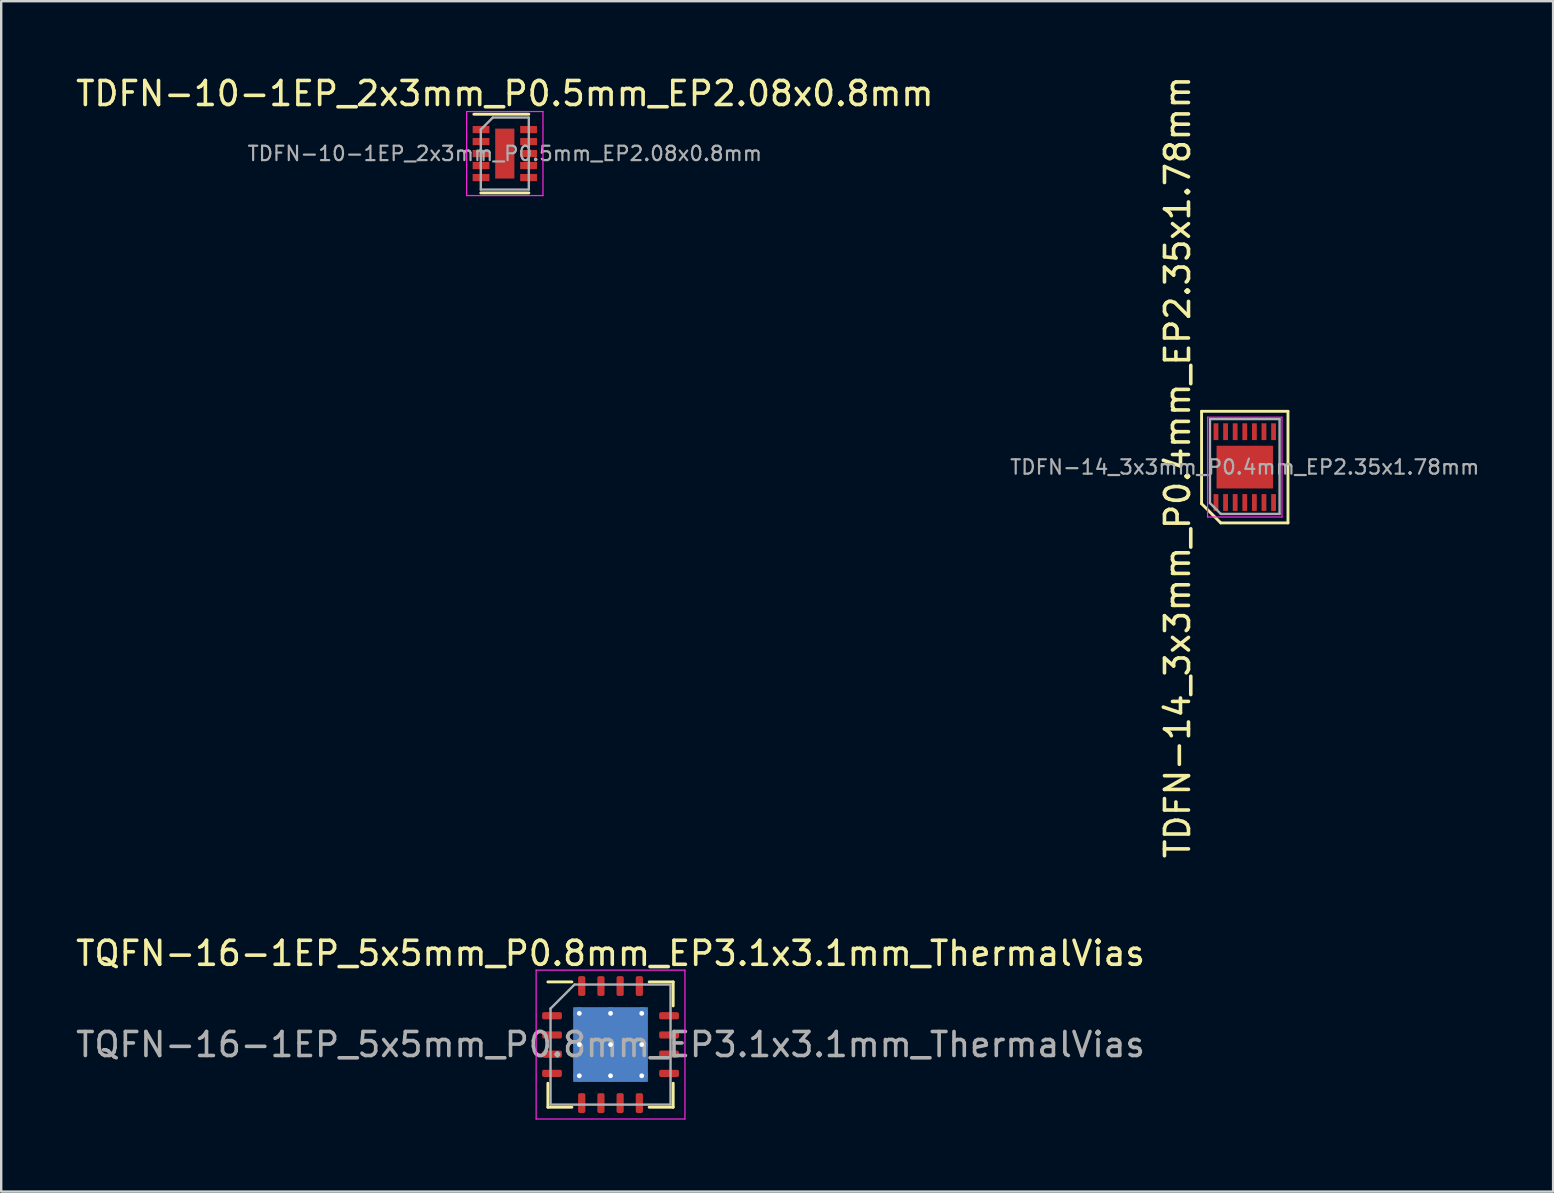
<source format=kicad_pcb>
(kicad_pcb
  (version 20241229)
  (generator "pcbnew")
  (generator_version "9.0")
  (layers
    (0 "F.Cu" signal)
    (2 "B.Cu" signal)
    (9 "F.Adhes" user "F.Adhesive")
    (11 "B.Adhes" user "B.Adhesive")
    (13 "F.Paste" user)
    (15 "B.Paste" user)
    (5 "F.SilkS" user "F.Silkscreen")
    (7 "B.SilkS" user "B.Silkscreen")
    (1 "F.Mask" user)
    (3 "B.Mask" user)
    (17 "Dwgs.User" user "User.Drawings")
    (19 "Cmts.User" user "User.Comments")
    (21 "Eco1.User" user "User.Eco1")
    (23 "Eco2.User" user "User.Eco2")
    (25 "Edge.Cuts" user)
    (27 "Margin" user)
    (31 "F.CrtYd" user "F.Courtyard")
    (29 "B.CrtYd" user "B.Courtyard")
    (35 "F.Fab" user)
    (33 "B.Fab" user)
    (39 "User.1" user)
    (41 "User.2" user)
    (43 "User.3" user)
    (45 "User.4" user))
  (footprint "TDFN-14_3x3mm_P0.4mm_EP2.35x1.78mm"
    (layer "F.Cu")
    (at 48.811 16.411)
    (property "Reference" "TDFN-14_3x3mm_P0.4mm_EP2.35x1.78mm" (at -2.8 0 90) (layer "F.SilkS") (effects (font (size 1 1) (thickness 0.15))))
    (attr smd)
    (fp_line (start -1.8 -2.325) (end 1.8 -2.325) (stroke (width 0.12) (type solid)) (layer "F.SilkS"))
    (fp_line (start -1.8 1.525) (end -1.8 -2.325) (stroke (width 0.12) (type solid)) (layer "F.SilkS"))
    (fp_line (start -1 2.325) (end -1.8 1.525) (stroke (width 0.12) (type solid)) (layer "F.SilkS"))
    (fp_line (start 1.8 -2.325) (end 1.8 2.325) (stroke (width 0.12) (type solid)) (layer "F.SilkS"))
    (fp_line (start 1.8 2.325) (end -1 2.325) (stroke (width 0.12) (type solid)) (layer "F.SilkS"))
    (fp_line (start -1.55 -2.08) (end 1.55 -2.08) (stroke (width 0.05) (type solid)) (layer "F.CrtYd"))
    (fp_line (start -1.55 2.08) (end -1.55 -2.08) (stroke (width 0.05) (type solid)) (layer "F.CrtYd"))
    (fp_line (start 1.55 -2.08) (end 1.55 2.08) (stroke (width 0.05) (type solid)) (layer "F.CrtYd"))
    (fp_line (start 1.55 2.08) (end -1.55 2.08) (stroke (width 0.05) (type solid)) (layer "F.CrtYd"))
    (fp_line (start -1.45 -2) (end 1.45 -2) (stroke (width 0.1) (type solid)) (layer "F.Fab"))
    (fp_line (start -1.45 1.5) (end -1.45 -2) (stroke (width 0.1) (type solid)) (layer "F.Fab"))
    (fp_line (start -1 1.95) (end -1.45 1.5) (stroke (width 0.1) (type solid)) (layer "F.Fab"))
    (fp_line (start 1.45 -2) (end 1.45 1.95) (stroke (width 0.1) (type solid)) (layer "F.Fab"))
    (fp_line (start 1.45 1.95) (end -1 1.95) (stroke (width 0.1) (type solid)) (layer "F.Fab"))
    (fp_text user "${REFERENCE}" (at 0 0 0) (layer "F.Fab") (effects (font (size 0.6 0.6) (thickness 0.09))))
    (pad "" smd rect (at 0 0) (size 2.35 1.78) (layers "F.Cu" "F.Mask" "F.Paste"))
    (pad "1" smd rect (at -1.2 1.475) (size 0.2 0.7) (layers "F.Cu" "F.Mask" "F.Paste"))
    (pad "2" smd rect (at -0.8 1.475) (size 0.2 0.7) (layers "F.Cu" "F.Mask" "F.Paste"))
    (pad "3" smd rect (at -0.4 1.475) (size 0.2 0.7) (layers "F.Cu" "F.Mask" "F.Paste"))
    (pad "4" smd rect (at 0 1.475) (size 0.2 0.7) (layers "F.Cu" "F.Mask" "F.Paste"))
    (pad "5" smd rect (at 0.4 1.475) (size 0.2 0.7) (layers "F.Cu" "F.Mask" "F.Paste"))
    (pad "6" smd rect (at 0.8 1.475) (size 0.2 0.7) (layers "F.Cu" "F.Mask" "F.Paste"))
    (pad "7" smd rect (at 1.2 1.475) (size 0.2 0.7) (layers "F.Cu" "F.Mask" "F.Paste"))
    (pad "8" smd rect (at 1.2 -1.475) (size 0.2 0.7) (layers "F.Cu" "F.Mask" "F.Paste"))
    (pad "9" smd rect (at 0.8 -1.475) (size 0.2 0.7) (layers "F.Cu" "F.Mask" "F.Paste"))
    (pad "10" smd rect (at 0.4 -1.475) (size 0.2 0.7) (layers "F.Cu" "F.Mask" "F.Paste"))
    (pad "11" smd rect (at 0 -1.475) (size 0.2 0.7) (layers "F.Cu" "F.Mask" "F.Paste"))
    (pad "12" smd rect (at -0.4 -1.475) (size 0.2 0.7) (layers "F.Cu" "F.Mask" "F.Paste"))
    (pad "13" smd rect (at -0.8 -1.475) (size 0.2 0.7) (layers "F.Cu" "F.Mask" "F.Paste"))
    (pad "14" smd rect (at -1.2 -1.475) (size 0.2 0.7) (layers "F.Cu" "F.Mask" "F.Paste")))
  (footprint "TDFN-10-1EP_2x3mm_P0.5mm_EP2.08x0.8mm"
    (layer "F.Cu")
    (at 17.982 3.348)
    (property "Reference" "TDFN-10-1EP_2x3mm_P0.5mm_EP2.08x0.8mm" (at 0 -2.5 0) (layer "F.SilkS") (effects (font (size 1 1) (thickness 0.15))))
    (attr smd)
    (fp_line (start -1.29 -1.64) (end 1 -1.64) (stroke (width 0.12) (type solid)) (layer "F.SilkS"))
    (fp_line (start -1 1.64) (end 1 1.64) (stroke (width 0.12) (type solid)) (layer "F.SilkS"))
    (fp_line (start -1.59 -1.75) (end -1.59 1.75) (stroke (width 0.05) (type solid)) (layer "F.CrtYd"))
    (fp_line (start -1.59 1.75) (end 1.59 1.75) (stroke (width 0.05) (type solid)) (layer "F.CrtYd"))
    (fp_line (start 1.59 -1.75) (end -1.59 -1.75) (stroke (width 0.05) (type solid)) (layer "F.CrtYd"))
    (fp_line (start 1.59 1.75) (end 1.59 -1.75) (stroke (width 0.05) (type solid)) (layer "F.CrtYd"))
    (fp_line (start -1 -1) (end -1 1.5) (stroke (width 0.1) (type solid)) (layer "F.Fab"))
    (fp_line (start -1 1.5) (end 1 1.5) (stroke (width 0.1) (type solid)) (layer "F.Fab"))
    (fp_line (start -0.5 -1.5) (end -1 -1) (stroke (width 0.1) (type solid)) (layer "F.Fab"))
    (fp_line (start 1 -1.5) (end -0.5 -1.5) (stroke (width 0.1) (type solid)) (layer "F.Fab"))
    (fp_line (start 1 1.5) (end 1 -1.5) (stroke (width 0.1) (type solid)) (layer "F.Fab"))
    (fp_text user "${REFERENCE}" (at 0 0 0) (layer "F.Fab") (effects (font (size 0.6 0.6) (thickness 0.09))))
    (pad "" smd rect (at 0 -0.5) (size 0.7 0.65) (layers "F.Paste"))
    (pad "" smd rect (at 0 0.5) (size 0.7 0.65) (layers "F.Paste"))
    (pad "1" smd rect (at -0.99 -1) (size 0.7 0.3) (layers "F.Cu" "F.Mask" "F.Paste"))
    (pad "2" smd rect (at -0.99 -0.5) (size 0.7 0.3) (layers "F.Cu" "F.Mask" "F.Paste"))
    (pad "3" smd rect (at -0.99 0) (size 0.7 0.3) (layers "F.Cu" "F.Mask" "F.Paste"))
    (pad "4" smd rect (at -0.99 0.5) (size 0.7 0.3) (layers "F.Cu" "F.Mask" "F.Paste"))
    (pad "5" smd rect (at -0.99 1) (size 0.7 0.3) (layers "F.Cu" "F.Mask" "F.Paste"))
    (pad "6" smd rect (at 0.99 1) (size 0.7 0.3) (layers "F.Cu" "F.Mask" "F.Paste"))
    (pad "7" smd rect (at 0.99 0.5) (size 0.7 0.3) (layers "F.Cu" "F.Mask" "F.Paste"))
    (pad "8" smd rect (at 0.99 0) (size 0.7 0.3) (layers "F.Cu" "F.Mask" "F.Paste"))
    (pad "9" smd rect (at 0.99 -0.5) (size 0.7 0.3) (layers "F.Cu" "F.Mask" "F.Paste"))
    (pad "10" smd rect (at 0.99 -1) (size 0.7 0.3) (layers "F.Cu" "F.Mask" "F.Paste"))
    (pad "11" smd rect (at 0 0) (size 0.8 2.08) (layers "F.Cu" "F.Mask" "F.Paste")))
  (footprint "TQFN-16-1EP_5x5mm_P0.8mm_EP3.1x3.1mm_ThermalVias"
    (layer "F.Cu")
    (at 22.387 40.47)
    (property "Reference" "TQFN-16-1EP_5x5mm_P0.8mm_EP3.1x3.1mm_ThermalVias" (at 0 -3.8 0) (layer "F.SilkS") (effects (font (size 1 1) (thickness 0.15))))
    (attr smd)
    (fp_line (start -2.61 2.61) (end -2.61 1.61) (stroke (width 0.12) (type solid)) (layer "F.SilkS"))
    (fp_line (start -1.61 -2.61) (end -2.61 -2.61) (stroke (width 0.12) (type solid)) (layer "F.SilkS"))
    (fp_line (start -1.61 2.61) (end -2.61 2.61) (stroke (width 0.12) (type solid)) (layer "F.SilkS"))
    (fp_line (start 1.61 -2.61) (end 2.61 -2.61) (stroke (width 0.12) (type solid)) (layer "F.SilkS"))
    (fp_line (start 1.61 2.61) (end 2.61 2.61) (stroke (width 0.12) (type solid)) (layer "F.SilkS"))
    (fp_line (start 2.61 -2.61) (end 2.61 -1.61) (stroke (width 0.12) (type solid)) (layer "F.SilkS"))
    (fp_line (start 2.61 2.61) (end 2.61 1.61) (stroke (width 0.12) (type solid)) (layer "F.SilkS"))
    (fp_line (start -3.1 -3.1) (end -3.1 3.1) (stroke (width 0.05) (type solid)) (layer "F.CrtYd"))
    (fp_line (start -3.1 3.1) (end 3.1 3.1) (stroke (width 0.05) (type solid)) (layer "F.CrtYd"))
    (fp_line (start 3.1 -3.1) (end -3.1 -3.1) (stroke (width 0.05) (type solid)) (layer "F.CrtYd"))
    (fp_line (start 3.1 3.1) (end 3.1 -3.1) (stroke (width 0.05) (type solid)) (layer "F.CrtYd"))
    (fp_line (start -2.5 -1.5) (end -1.5 -2.5) (stroke (width 0.1) (type solid)) (layer "F.Fab"))
    (fp_line (start -2.5 2.5) (end -2.5 -1.5) (stroke (width 0.1) (type solid)) (layer "F.Fab"))
    (fp_line (start -1.5 -2.5) (end 2.5 -2.5) (stroke (width 0.1) (type solid)) (layer "F.Fab"))
    (fp_line (start 2.5 -2.5) (end 2.5 2.5) (stroke (width 0.1) (type solid)) (layer "F.Fab"))
    (fp_line (start 2.5 2.5) (end -2.5 2.5) (stroke (width 0.1) (type solid)) (layer "F.Fab"))
    (fp_text user "${REFERENCE}" (at 0 0 0) (layer "F.Fab") (effects (font (size 1 1) (thickness 0.15))))
    (pad "" smd roundrect (at -0.775 -0.775) (size 1.34 1.34) (layers "F.Paste") (roundrect_rratio 0.187))
    (pad "" smd roundrect (at -0.775 0.775) (size 1.34 1.34) (layers "F.Paste") (roundrect_rratio 0.187))
    (pad "" smd roundrect (at 0.775 -0.775) (size 1.34 1.34) (layers "F.Paste") (roundrect_rratio 0.187))
    (pad "" smd roundrect (at 0.775 0.775) (size 1.34 1.34) (layers "F.Paste") (roundrect_rratio 0.187))
    (pad "1" smd roundrect (at -2.438 -1.2) (size 0.825 0.3) (layers "F.Cu" "F.Mask" "F.Paste") (roundrect_rratio 0.25))
    (pad "2" smd roundrect (at -2.438 -0.4) (size 0.825 0.3) (layers "F.Cu" "F.Mask" "F.Paste") (roundrect_rratio 0.25))
    (pad "3" smd roundrect (at -2.438 0.4) (size 0.825 0.3) (layers "F.Cu" "F.Mask" "F.Paste") (roundrect_rratio 0.25))
    (pad "4" smd roundrect (at -2.438 1.2) (size 0.825 0.3) (layers "F.Cu" "F.Mask" "F.Paste") (roundrect_rratio 0.25))
    (pad "5" smd roundrect (at -1.2 2.438) (size 0.3 0.825) (layers "F.Cu" "F.Mask" "F.Paste") (roundrect_rratio 0.25))
    (pad "6" smd roundrect (at -0.4 2.438) (size 0.3 0.825) (layers "F.Cu" "F.Mask" "F.Paste") (roundrect_rratio 0.25))
    (pad "7" smd roundrect (at 0.4 2.438) (size 0.3 0.825) (layers "F.Cu" "F.Mask" "F.Paste") (roundrect_rratio 0.25))
    (pad "8" smd roundrect (at 1.2 2.438) (size 0.3 0.825) (layers "F.Cu" "F.Mask" "F.Paste") (roundrect_rratio 0.25))
    (pad "9" smd roundrect (at 2.438 1.2) (size 0.825 0.3) (layers "F.Cu" "F.Mask" "F.Paste") (roundrect_rratio 0.25))
    (pad "10" smd roundrect (at 2.438 0.4) (size 0.825 0.3) (layers "F.Cu" "F.Mask" "F.Paste") (roundrect_rratio 0.25))
    (pad "11" smd roundrect (at 2.438 -0.4) (size 0.825 0.3) (layers "F.Cu" "F.Mask" "F.Paste") (roundrect_rratio 0.25))
    (pad "12" smd roundrect (at 2.438 -1.2) (size 0.825 0.3) (layers "F.Cu" "F.Mask" "F.Paste") (roundrect_rratio 0.25))
    (pad "13" smd roundrect (at 1.2 -2.438) (size 0.3 0.825) (layers "F.Cu" "F.Mask" "F.Paste") (roundrect_rratio 0.25))
    (pad "14" smd roundrect (at 0.4 -2.438) (size 0.3 0.825) (layers "F.Cu" "F.Mask" "F.Paste") (roundrect_rratio 0.25))
    (pad "15" smd roundrect (at -0.4 -2.438) (size 0.3 0.825) (layers "F.Cu" "F.Mask" "F.Paste") (roundrect_rratio 0.25))
    (pad "16" smd roundrect (at -1.2 -2.438) (size 0.3 0.825) (layers "F.Cu" "F.Mask" "F.Paste") (roundrect_rratio 0.25))
    (pad "17" thru_hole circle (at -1.3 -1.3) (size 0.5 0.5) (drill 0.2) (layers "*.Cu"))
    (pad "17" thru_hole circle (at -1.3 0) (size 0.5 0.5) (drill 0.2) (layers "*.Cu"))
    (pad "17" thru_hole circle (at -1.3 1.3) (size 0.5 0.5) (drill 0.2) (layers "*.Cu"))
    (pad "17" thru_hole circle (at 0 -1.3) (size 0.5 0.5) (drill 0.2) (layers "*.Cu"))
    (pad "17" thru_hole circle (at 0 0) (size 0.5 0.5) (drill 0.2) (layers "*.Cu"))
    (pad "17" smd rect (at 0 0) (size 3.1 3.1) (layers "F.Cu" "F.Mask"))
    (pad "17" smd rect (at 0 0) (size 3.1 3.1) (layers "B.Cu"))
    (pad "17" thru_hole circle (at 0 1.3) (size 0.5 0.5) (drill 0.2) (layers "*.Cu"))
    (pad "17" thru_hole circle (at 1.3 -1.3) (size 0.5 0.5) (drill 0.2) (layers "*.Cu"))
    (pad "17" thru_hole circle (at 1.3 0) (size 0.5 0.5) (drill 0.2) (layers "*.Cu"))
    (pad "17" thru_hole circle (at 1.3 1.3) (size 0.5 0.5) (drill 0.2) (layers "*.Cu")))
  (gr_rect
    (start -3 -3)
    (end 61.657 46.595)
    (stroke (width 0.1) (type default))
    (fill no)
    (layer "Edge.Cuts")))
</source>
